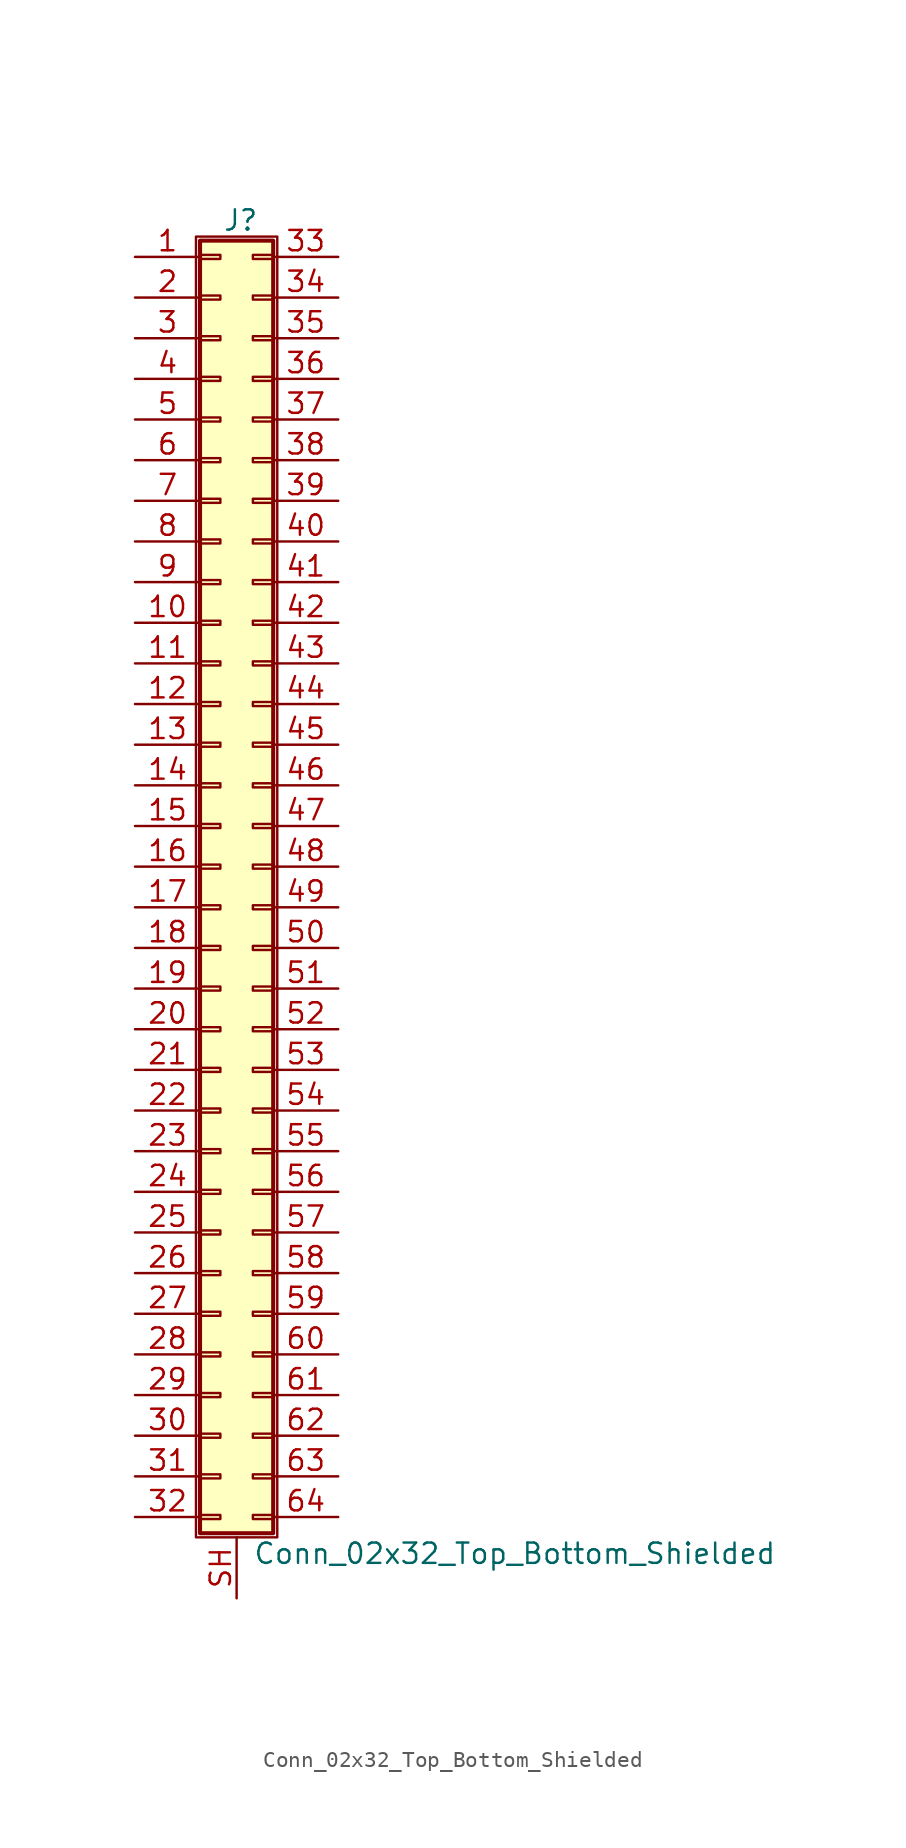
<source format=kicad_sym>
(kicad_symbol_lib
  (version 20211014)
  (generator kicad_symbol_editor)
  (symbol "Conn_02x32_Top_Bottom_Shielded"
    (pin_names
      (offset 1.016) hide)
    (property "Reference" "J"
      (at 1.524 40.386 0)
      (effects (font (size 1.27 1.27))))
    (property "Value" "Conn_02x32_Top_Bottom_Shielded"
      (at 2.286 -42.926 0)
      (effects (font (size 1.27 1.27)) (justify left)))
    (symbol "Conn_02x32_Top_Bottom_Shielded_1_1"
      (rectangle (start -1.27 39.37) (end 3.81 -41.91) (stroke (width 0.152) (type default) (color 0 0 0 0)) (fill (type none)))
      (rectangle (start -1.016 -40.513) (end 0.254 -40.767) (stroke (width 0.152) (type default) (color 0 0 0 0)) (fill (type none)))
      (rectangle (start -1.016 -37.973) (end 0.254 -38.227) (stroke (width 0.152) (type default) (color 0 0 0 0)) (fill (type none)))
      (rectangle (start -1.016 -35.433) (end 0.254 -35.687) (stroke (width 0.152) (type default) (color 0 0 0 0)) (fill (type none)))
      (rectangle (start -1.016 -32.893) (end 0.254 -33.147) (stroke (width 0.152) (type default) (color 0 0 0 0)) (fill (type none)))
      (rectangle (start -1.016 -30.353) (end 0.254 -30.607) (stroke (width 0.152) (type default) (color 0 0 0 0)) (fill (type none)))
      (rectangle (start -1.016 -27.813) (end 0.254 -28.067) (stroke (width 0.152) (type default) (color 0 0 0 0)) (fill (type none)))
      (rectangle (start -1.016 -25.273) (end 0.254 -25.527) (stroke (width 0.152) (type default) (color 0 0 0 0)) (fill (type none)))
      (rectangle (start -1.016 -22.733) (end 0.254 -22.987) (stroke (width 0.152) (type default) (color 0 0 0 0)) (fill (type none)))
      (rectangle (start -1.016 -20.193) (end 0.254 -20.447) (stroke (width 0.152) (type default) (color 0 0 0 0)) (fill (type none)))
      (rectangle (start -1.016 -17.653) (end 0.254 -17.907) (stroke (width 0.152) (type default) (color 0 0 0 0)) (fill (type none)))
      (rectangle (start -1.016 -15.113) (end 0.254 -15.367) (stroke (width 0.152) (type default) (color 0 0 0 0)) (fill (type none)))
      (rectangle (start -1.016 -12.573) (end 0.254 -12.827) (stroke (width 0.152) (type default) (color 0 0 0 0)) (fill (type none)))
      (rectangle (start -1.016 -10.033) (end 0.254 -10.287) (stroke (width 0.152) (type default) (color 0 0 0 0)) (fill (type none)))
      (rectangle (start -1.016 -7.493) (end 0.254 -7.747) (stroke (width 0.152) (type default) (color 0 0 0 0)) (fill (type none)))
      (rectangle (start -1.016 -4.953) (end 0.254 -5.207) (stroke (width 0.152) (type default) (color 0 0 0 0)) (fill (type none)))
      (rectangle (start -1.016 -2.413) (end 0.254 -2.667) (stroke (width 0.152) (type default) (color 0 0 0 0)) (fill (type none)))
      (rectangle (start -1.016 0.127) (end 0.254 -0.127) (stroke (width 0.152) (type default) (color 0 0 0 0)) (fill (type none)))
      (rectangle (start -1.016 2.667) (end 0.254 2.413) (stroke (width 0.152) (type default) (color 0 0 0 0)) (fill (type none)))
      (rectangle (start -1.016 5.207) (end 0.254 4.953) (stroke (width 0.152) (type default) (color 0 0 0 0)) (fill (type none)))
      (rectangle (start -1.016 7.747) (end 0.254 7.493) (stroke (width 0.152) (type default) (color 0 0 0 0)) (fill (type none)))
      (rectangle (start -1.016 10.287) (end 0.254 10.033) (stroke (width 0.152) (type default) (color 0 0 0 0)) (fill (type none)))
      (rectangle (start -1.016 12.827) (end 0.254 12.573) (stroke (width 0.152) (type default) (color 0 0 0 0)) (fill (type none)))
      (rectangle (start -1.016 15.367) (end 0.254 15.113) (stroke (width 0.152) (type default) (color 0 0 0 0)) (fill (type none)))
      (rectangle (start -1.016 17.907) (end 0.254 17.653) (stroke (width 0.152) (type default) (color 0 0 0 0)) (fill (type none)))
      (rectangle (start -1.016 20.447) (end 0.254 20.193) (stroke (width 0.152) (type default) (color 0 0 0 0)) (fill (type none)))
      (rectangle (start -1.016 22.987) (end 0.254 22.733) (stroke (width 0.152) (type default) (color 0 0 0 0)) (fill (type none)))
      (rectangle (start -1.016 25.527) (end 0.254 25.273) (stroke (width 0.152) (type default) (color 0 0 0 0)) (fill (type none)))
      (rectangle (start -1.016 28.067) (end 0.254 27.813) (stroke (width 0.152) (type default) (color 0 0 0 0)) (fill (type none)))
      (rectangle (start -1.016 30.607) (end 0.254 30.353) (stroke (width 0.152) (type default) (color 0 0 0 0)) (fill (type none)))
      (rectangle (start -1.016 33.147) (end 0.254 32.893) (stroke (width 0.152) (type default) (color 0 0 0 0)) (fill (type none)))
      (rectangle (start -1.016 35.687) (end 0.254 35.433) (stroke (width 0.152) (type default) (color 0 0 0 0)) (fill (type none)))
      (rectangle (start -1.016 38.227) (end 0.254 37.973) (stroke (width 0.152) (type default) (color 0 0 0 0)) (fill (type none)))
      (rectangle (start -1.016 39.116) (end 3.556 -41.656) (stroke (width 0.254) (type default) (color 0 0 0 0)) (fill (type background)))
      (rectangle (start 3.556 -40.513) (end 2.286 -40.767) (stroke (width 0.152) (type default) (color 0 0 0 0)) (fill (type none)))
      (rectangle (start 3.556 -37.973) (end 2.286 -38.227) (stroke (width 0.152) (type default) (color 0 0 0 0)) (fill (type none)))
      (rectangle (start 3.556 -35.433) (end 2.286 -35.687) (stroke (width 0.152) (type default) (color 0 0 0 0)) (fill (type none)))
      (rectangle (start 3.556 -32.893) (end 2.286 -33.147) (stroke (width 0.152) (type default) (color 0 0 0 0)) (fill (type none)))
      (rectangle (start 3.556 -30.353) (end 2.286 -30.607) (stroke (width 0.152) (type default) (color 0 0 0 0)) (fill (type none)))
      (rectangle (start 3.556 -27.813) (end 2.286 -28.067) (stroke (width 0.152) (type default) (color 0 0 0 0)) (fill (type none)))
      (rectangle (start 3.556 -25.273) (end 2.286 -25.527) (stroke (width 0.152) (type default) (color 0 0 0 0)) (fill (type none)))
      (rectangle (start 3.556 -22.733) (end 2.286 -22.987) (stroke (width 0.152) (type default) (color 0 0 0 0)) (fill (type none)))
      (rectangle (start 3.556 -20.193) (end 2.286 -20.447) (stroke (width 0.152) (type default) (color 0 0 0 0)) (fill (type none)))
      (rectangle (start 3.556 -17.653) (end 2.286 -17.907) (stroke (width 0.152) (type default) (color 0 0 0 0)) (fill (type none)))
      (rectangle (start 3.556 -15.113) (end 2.286 -15.367) (stroke (width 0.152) (type default) (color 0 0 0 0)) (fill (type none)))
      (rectangle (start 3.556 -12.573) (end 2.286 -12.827) (stroke (width 0.152) (type default) (color 0 0 0 0)) (fill (type none)))
      (rectangle (start 3.556 -10.033) (end 2.286 -10.287) (stroke (width 0.152) (type default) (color 0 0 0 0)) (fill (type none)))
      (rectangle (start 3.556 -7.493) (end 2.286 -7.747) (stroke (width 0.152) (type default) (color 0 0 0 0)) (fill (type none)))
      (rectangle (start 3.556 -4.953) (end 2.286 -5.207) (stroke (width 0.152) (type default) (color 0 0 0 0)) (fill (type none)))
      (rectangle (start 3.556 -2.413) (end 2.286 -2.667) (stroke (width 0.152) (type default) (color 0 0 0 0)) (fill (type none)))
      (rectangle (start 3.556 0.127) (end 2.286 -0.127) (stroke (width 0.152) (type default) (color 0 0 0 0)) (fill (type none)))
      (rectangle (start 3.556 2.667) (end 2.286 2.413) (stroke (width 0.152) (type default) (color 0 0 0 0)) (fill (type none)))
      (rectangle (start 3.556 5.207) (end 2.286 4.953) (stroke (width 0.152) (type default) (color 0 0 0 0)) (fill (type none)))
      (rectangle (start 3.556 7.747) (end 2.286 7.493) (stroke (width 0.152) (type default) (color 0 0 0 0)) (fill (type none)))
      (rectangle (start 3.556 10.287) (end 2.286 10.033) (stroke (width 0.152) (type default) (color 0 0 0 0)) (fill (type none)))
      (rectangle (start 3.556 12.827) (end 2.286 12.573) (stroke (width 0.152) (type default) (color 0 0 0 0)) (fill (type none)))
      (rectangle (start 3.556 15.367) (end 2.286 15.113) (stroke (width 0.152) (type default) (color 0 0 0 0)) (fill (type none)))
      (rectangle (start 3.556 17.907) (end 2.286 17.653) (stroke (width 0.152) (type default) (color 0 0 0 0)) (fill (type none)))
      (rectangle (start 3.556 20.447) (end 2.286 20.193) (stroke (width 0.152) (type default) (color 0 0 0 0)) (fill (type none)))
      (rectangle (start 3.556 22.987) (end 2.286 22.733) (stroke (width 0.152) (type default) (color 0 0 0 0)) (fill (type none)))
      (rectangle (start 3.556 25.527) (end 2.286 25.273) (stroke (width 0.152) (type default) (color 0 0 0 0)) (fill (type none)))
      (rectangle (start 3.556 28.067) (end 2.286 27.813) (stroke (width 0.152) (type default) (color 0 0 0 0)) (fill (type none)))
      (rectangle (start 3.556 30.607) (end 2.286 30.353) (stroke (width 0.152) (type default) (color 0 0 0 0)) (fill (type none)))
      (rectangle (start 3.556 33.147) (end 2.286 32.893) (stroke (width 0.152) (type default) (color 0 0 0 0)) (fill (type none)))
      (rectangle (start 3.556 35.687) (end 2.286 35.433) (stroke (width 0.152) (type default) (color 0 0 0 0)) (fill (type none)))
      (rectangle (start 3.556 38.227) (end 2.286 37.973) (stroke (width 0.152) (type default) (color 0 0 0 0)) (fill (type none)))
      (pin passive line (at -5.08 38.1 0) (length 4.064) (name "Pin_1" (effects (font (size 1.27 1.27)))) (number "1" (effects (font (size 1.27 1.27)))))
      (pin passive line (at -5.08 15.24 0) (length 4.064) (name "Pin_10" (effects (font (size 1.27 1.27)))) (number "10" (effects (font (size 1.27 1.27)))))
      (pin passive line (at -5.08 12.7 0) (length 4.064) (name "Pin_11" (effects (font (size 1.27 1.27)))) (number "11" (effects (font (size 1.27 1.27)))))
      (pin passive line (at -5.08 10.16 0) (length 4.064) (name "Pin_12" (effects (font (size 1.27 1.27)))) (number "12" (effects (font (size 1.27 1.27)))))
      (pin passive line (at -5.08 7.62 0) (length 4.064) (name "Pin_13" (effects (font (size 1.27 1.27)))) (number "13" (effects (font (size 1.27 1.27)))))
      (pin passive line (at -5.08 5.08 0) (length 4.064) (name "Pin_14" (effects (font (size 1.27 1.27)))) (number "14" (effects (font (size 1.27 1.27)))))
      (pin passive line (at -5.08 2.54 0) (length 4.064) (name "Pin_15" (effects (font (size 1.27 1.27)))) (number "15" (effects (font (size 1.27 1.27)))))
      (pin passive line (at -5.08 0 0) (length 4.064) (name "Pin_16" (effects (font (size 1.27 1.27)))) (number "16" (effects (font (size 1.27 1.27)))))
      (pin passive line (at -5.08 -2.54 0) (length 4.064) (name "Pin_17" (effects (font (size 1.27 1.27)))) (number "17" (effects (font (size 1.27 1.27)))))
      (pin passive line (at -5.08 -5.08 0) (length 4.064) (name "Pin_18" (effects (font (size 1.27 1.27)))) (number "18" (effects (font (size 1.27 1.27)))))
      (pin passive line (at -5.08 -7.62 0) (length 4.064) (name "Pin_19" (effects (font (size 1.27 1.27)))) (number "19" (effects (font (size 1.27 1.27)))))
      (pin passive line (at -5.08 35.56 0) (length 4.064) (name "Pin_2" (effects (font (size 1.27 1.27)))) (number "2" (effects (font (size 1.27 1.27)))))
      (pin passive line (at -5.08 -10.16 0) (length 4.064) (name "Pin_20" (effects (font (size 1.27 1.27)))) (number "20" (effects (font (size 1.27 1.27)))))
      (pin passive line (at -5.08 -12.7 0) (length 4.064) (name "Pin_21" (effects (font (size 1.27 1.27)))) (number "21" (effects (font (size 1.27 1.27)))))
      (pin passive line (at -5.08 -15.24 0) (length 4.064) (name "Pin_22" (effects (font (size 1.27 1.27)))) (number "22" (effects (font (size 1.27 1.27)))))
      (pin passive line (at -5.08 -17.78 0) (length 4.064) (name "Pin_23" (effects (font (size 1.27 1.27)))) (number "23" (effects (font (size 1.27 1.27)))))
      (pin passive line (at -5.08 -20.32 0) (length 4.064) (name "Pin_24" (effects (font (size 1.27 1.27)))) (number "24" (effects (font (size 1.27 1.27)))))
      (pin passive line (at -5.08 -22.86 0) (length 4.064) (name "Pin_25" (effects (font (size 1.27 1.27)))) (number "25" (effects (font (size 1.27 1.27)))))
      (pin passive line (at -5.08 -25.4 0) (length 4.064) (name "Pin_26" (effects (font (size 1.27 1.27)))) (number "26" (effects (font (size 1.27 1.27)))))
      (pin passive line (at -5.08 -27.94 0) (length 4.064) (name "Pin_27" (effects (font (size 1.27 1.27)))) (number "27" (effects (font (size 1.27 1.27)))))
      (pin passive line (at -5.08 -30.48 0) (length 4.064) (name "Pin_28" (effects (font (size 1.27 1.27)))) (number "28" (effects (font (size 1.27 1.27)))))
      (pin passive line (at -5.08 -33.02 0) (length 4.064) (name "Pin_29" (effects (font (size 1.27 1.27)))) (number "29" (effects (font (size 1.27 1.27)))))
      (pin passive line (at -5.08 33.02 0) (length 4.064) (name "Pin_3" (effects (font (size 1.27 1.27)))) (number "3" (effects (font (size 1.27 1.27)))))
      (pin passive line (at -5.08 -35.56 0) (length 4.064) (name "Pin_30" (effects (font (size 1.27 1.27)))) (number "30" (effects (font (size 1.27 1.27)))))
      (pin passive line (at -5.08 -38.1 0) (length 4.064) (name "Pin_31" (effects (font (size 1.27 1.27)))) (number "31" (effects (font (size 1.27 1.27)))))
      (pin passive line (at -5.08 -40.64 0) (length 4.064) (name "Pin_32" (effects (font (size 1.27 1.27)))) (number "32" (effects (font (size 1.27 1.27)))))
      (pin passive line (at 7.62 38.1 180) (length 4.064) (name "Pin_33" (effects (font (size 1.27 1.27)))) (number "33" (effects (font (size 1.27 1.27)))))
      (pin passive line (at 7.62 35.56 180) (length 4.064) (name "Pin_34" (effects (font (size 1.27 1.27)))) (number "34" (effects (font (size 1.27 1.27)))))
      (pin passive line (at 7.62 33.02 180) (length 4.064) (name "Pin_35" (effects (font (size 1.27 1.27)))) (number "35" (effects (font (size 1.27 1.27)))))
      (pin passive line (at 7.62 30.48 180) (length 4.064) (name "Pin_36" (effects (font (size 1.27 1.27)))) (number "36" (effects (font (size 1.27 1.27)))))
      (pin passive line (at 7.62 27.94 180) (length 4.064) (name "Pin_37" (effects (font (size 1.27 1.27)))) (number "37" (effects (font (size 1.27 1.27)))))
      (pin passive line (at 7.62 25.4 180) (length 4.064) (name "Pin_38" (effects (font (size 1.27 1.27)))) (number "38" (effects (font (size 1.27 1.27)))))
      (pin passive line (at 7.62 22.86 180) (length 4.064) (name "Pin_39" (effects (font (size 1.27 1.27)))) (number "39" (effects (font (size 1.27 1.27)))))
      (pin passive line (at -5.08 30.48 0) (length 4.064) (name "Pin_4" (effects (font (size 1.27 1.27)))) (number "4" (effects (font (size 1.27 1.27)))))
      (pin passive line (at 7.62 20.32 180) (length 4.064) (name "Pin_40" (effects (font (size 1.27 1.27)))) (number "40" (effects (font (size 1.27 1.27)))))
      (pin passive line (at 7.62 17.78 180) (length 4.064) (name "Pin_41" (effects (font (size 1.27 1.27)))) (number "41" (effects (font (size 1.27 1.27)))))
      (pin passive line (at 7.62 15.24 180) (length 4.064) (name "Pin_42" (effects (font (size 1.27 1.27)))) (number "42" (effects (font (size 1.27 1.27)))))
      (pin passive line (at 7.62 12.7 180) (length 4.064) (name "Pin_43" (effects (font (size 1.27 1.27)))) (number "43" (effects (font (size 1.27 1.27)))))
      (pin passive line (at 7.62 10.16 180) (length 4.064) (name "Pin_44" (effects (font (size 1.27 1.27)))) (number "44" (effects (font (size 1.27 1.27)))))
      (pin passive line (at 7.62 7.62 180) (length 4.064) (name "Pin_45" (effects (font (size 1.27 1.27)))) (number "45" (effects (font (size 1.27 1.27)))))
      (pin passive line (at 7.62 5.08 180) (length 4.064) (name "Pin_46" (effects (font (size 1.27 1.27)))) (number "46" (effects (font (size 1.27 1.27)))))
      (pin passive line (at 7.62 2.54 180) (length 4.064) (name "Pin_47" (effects (font (size 1.27 1.27)))) (number "47" (effects (font (size 1.27 1.27)))))
      (pin passive line (at 7.62 0 180) (length 4.064) (name "Pin_48" (effects (font (size 1.27 1.27)))) (number "48" (effects (font (size 1.27 1.27)))))
      (pin passive line (at 7.62 -2.54 180) (length 4.064) (name "Pin_49" (effects (font (size 1.27 1.27)))) (number "49" (effects (font (size 1.27 1.27)))))
      (pin passive line (at -5.08 27.94 0) (length 4.064) (name "Pin_5" (effects (font (size 1.27 1.27)))) (number "5" (effects (font (size 1.27 1.27)))))
      (pin passive line (at 7.62 -5.08 180) (length 4.064) (name "Pin_50" (effects (font (size 1.27 1.27)))) (number "50" (effects (font (size 1.27 1.27)))))
      (pin passive line (at 7.62 -7.62 180) (length 4.064) (name "Pin_51" (effects (font (size 1.27 1.27)))) (number "51" (effects (font (size 1.27 1.27)))))
      (pin passive line (at 7.62 -10.16 180) (length 4.064) (name "Pin_52" (effects (font (size 1.27 1.27)))) (number "52" (effects (font (size 1.27 1.27)))))
      (pin passive line (at 7.62 -12.7 180) (length 4.064) (name "Pin_53" (effects (font (size 1.27 1.27)))) (number "53" (effects (font (size 1.27 1.27)))))
      (pin passive line (at 7.62 -15.24 180) (length 4.064) (name "Pin_54" (effects (font (size 1.27 1.27)))) (number "54" (effects (font (size 1.27 1.27)))))
      (pin passive line (at 7.62 -17.78 180) (length 4.064) (name "Pin_55" (effects (font (size 1.27 1.27)))) (number "55" (effects (font (size 1.27 1.27)))))
      (pin passive line (at 7.62 -20.32 180) (length 4.064) (name "Pin_56" (effects (font (size 1.27 1.27)))) (number "56" (effects (font (size 1.27 1.27)))))
      (pin passive line (at 7.62 -22.86 180) (length 4.064) (name "Pin_57" (effects (font (size 1.27 1.27)))) (number "57" (effects (font (size 1.27 1.27)))))
      (pin passive line (at 7.62 -25.4 180) (length 4.064) (name "Pin_58" (effects (font (size 1.27 1.27)))) (number "58" (effects (font (size 1.27 1.27)))))
      (pin passive line (at 7.62 -27.94 180) (length 4.064) (name "Pin_59" (effects (font (size 1.27 1.27)))) (number "59" (effects (font (size 1.27 1.27)))))
      (pin passive line (at -5.08 25.4 0) (length 4.064) (name "Pin_6" (effects (font (size 1.27 1.27)))) (number "6" (effects (font (size 1.27 1.27)))))
      (pin passive line (at 7.62 -30.48 180) (length 4.064) (name "Pin_60" (effects (font (size 1.27 1.27)))) (number "60" (effects (font (size 1.27 1.27)))))
      (pin passive line (at 7.62 -33.02 180) (length 4.064) (name "Pin_61" (effects (font (size 1.27 1.27)))) (number "61" (effects (font (size 1.27 1.27)))))
      (pin passive line (at 7.62 -35.56 180) (length 4.064) (name "Pin_62" (effects (font (size 1.27 1.27)))) (number "62" (effects (font (size 1.27 1.27)))))
      (pin passive line (at 7.62 -38.1 180) (length 4.064) (name "Pin_63" (effects (font (size 1.27 1.27)))) (number "63" (effects (font (size 1.27 1.27)))))
      (pin passive line (at 7.62 -40.64 180) (length 4.064) (name "Pin_64" (effects (font (size 1.27 1.27)))) (number "64" (effects (font (size 1.27 1.27)))))
      (pin passive line (at -5.08 22.86 0) (length 4.064) (name "Pin_7" (effects (font (size 1.27 1.27)))) (number "7" (effects (font (size 1.27 1.27)))))
      (pin passive line (at -5.08 20.32 0) (length 4.064) (name "Pin_8" (effects (font (size 1.27 1.27)))) (number "8" (effects (font (size 1.27 1.27)))))
      (pin passive line (at -5.08 17.78 0) (length 4.064) (name "Pin_9" (effects (font (size 1.27 1.27)))) (number "9" (effects (font (size 1.27 1.27)))))
      (pin passive line (at 1.27 -45.72 90) (length 3.81) (name "Shield" (effects (font (size 1.27 1.27)))) (number "SH" (effects (font (size 1.27 1.27))))))))
</source>
